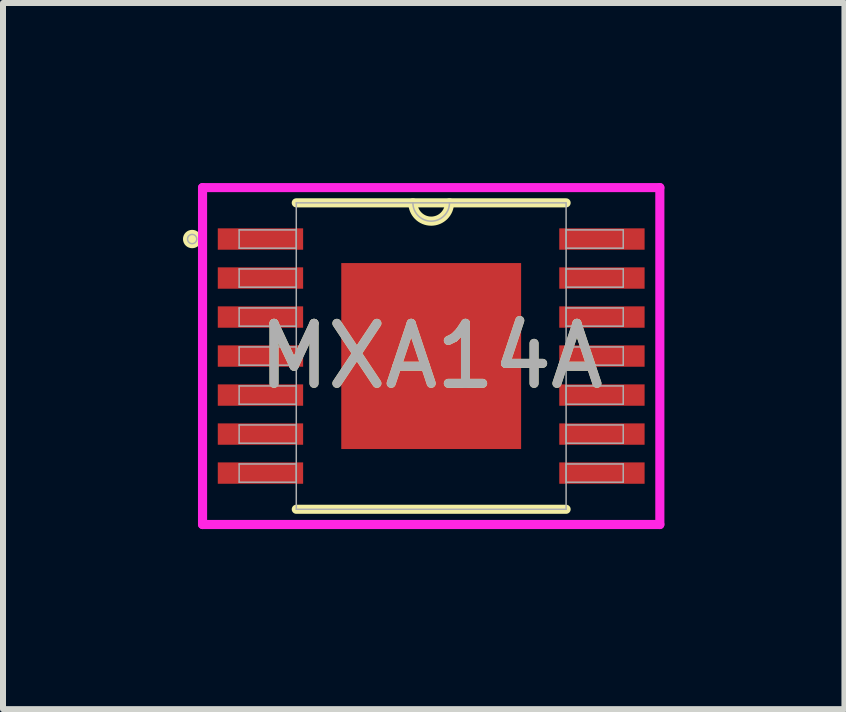
<source format=kicad_pcb>
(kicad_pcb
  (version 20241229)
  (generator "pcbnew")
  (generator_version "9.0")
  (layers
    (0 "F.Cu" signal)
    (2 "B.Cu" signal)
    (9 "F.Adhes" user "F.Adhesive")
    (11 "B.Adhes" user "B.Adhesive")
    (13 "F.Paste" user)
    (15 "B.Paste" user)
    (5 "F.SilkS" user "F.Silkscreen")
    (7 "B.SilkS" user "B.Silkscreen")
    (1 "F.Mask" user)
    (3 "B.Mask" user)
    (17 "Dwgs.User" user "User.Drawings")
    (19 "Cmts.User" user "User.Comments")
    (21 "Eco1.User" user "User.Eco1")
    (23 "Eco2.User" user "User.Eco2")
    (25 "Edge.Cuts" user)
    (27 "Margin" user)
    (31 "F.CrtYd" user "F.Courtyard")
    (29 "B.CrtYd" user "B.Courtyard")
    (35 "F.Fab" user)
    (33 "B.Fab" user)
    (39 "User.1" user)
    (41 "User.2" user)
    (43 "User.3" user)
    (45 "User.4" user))
  (footprint "MXA14A"
    (layer "F.Cu")
    (at 4.135 2.883)
    (property "Reference" "MXA14A" (at 0 0 0) (unlocked yes) (layer "F.SilkS") (effects (font (size 1 1) (thickness 0.15))))
    (attr smd)
    (fp_line (start -2.248 2.553) (end 2.248 2.553) (stroke (width 0.152) (type solid)) (layer "F.SilkS"))
    (fp_line (start 2.248 -2.553) (end -2.248 -2.553) (stroke (width 0.152) (type solid)) (layer "F.SilkS"))
    (fp_arc (start 0.3048 -2.5527) (mid 0 -2.2479) (end -0.3048 -2.5527) (stroke (width 0.1524) (type solid)) (layer "F.SilkS"))
    (fp_circle (center -3.983 -1.95) (end -3.906 -1.95) (stroke (width 0.152) (type solid)) (fill no) (layer "F.SilkS"))
    (fp_line (start -3.81 -2.807) (end 3.81 -2.807) (stroke (width 0.152) (type solid)) (layer "F.CrtYd"))
    (fp_line (start -3.81 2.807) (end -3.81 -2.807) (stroke (width 0.152) (type solid)) (layer "F.CrtYd"))
    (fp_line (start 3.81 -2.807) (end 3.81 2.807) (stroke (width 0.152) (type solid)) (layer "F.CrtYd"))
    (fp_line (start 3.81 2.807) (end -3.81 2.807) (stroke (width 0.152) (type solid)) (layer "F.CrtYd"))
    (fp_line (start -3.2 -2.102) (end -3.2 -1.798) (stroke (width 0.025) (type solid)) (layer "F.Fab"))
    (fp_line (start -3.2 -1.798) (end -2.248 -1.798) (stroke (width 0.025) (type solid)) (layer "F.Fab"))
    (fp_line (start -3.2 -1.452) (end -3.2 -1.148) (stroke (width 0.025) (type solid)) (layer "F.Fab"))
    (fp_line (start -3.2 -1.148) (end -2.248 -1.148) (stroke (width 0.025) (type solid)) (layer "F.Fab"))
    (fp_line (start -3.2 -0.802) (end -3.2 -0.498) (stroke (width 0.025) (type solid)) (layer "F.Fab"))
    (fp_line (start -3.2 -0.498) (end -2.248 -0.498) (stroke (width 0.025) (type solid)) (layer "F.Fab"))
    (fp_line (start -3.2 -0.152) (end -3.2 0.152) (stroke (width 0.025) (type solid)) (layer "F.Fab"))
    (fp_line (start -3.2 0.152) (end -2.248 0.152) (stroke (width 0.025) (type solid)) (layer "F.Fab"))
    (fp_line (start -3.2 0.498) (end -3.2 0.802) (stroke (width 0.025) (type solid)) (layer "F.Fab"))
    (fp_line (start -3.2 0.802) (end -2.248 0.802) (stroke (width 0.025) (type solid)) (layer "F.Fab"))
    (fp_line (start -3.2 1.148) (end -3.2 1.452) (stroke (width 0.025) (type solid)) (layer "F.Fab"))
    (fp_line (start -3.2 1.452) (end -2.248 1.452) (stroke (width 0.025) (type solid)) (layer "F.Fab"))
    (fp_line (start -3.2 1.798) (end -3.2 2.102) (stroke (width 0.025) (type solid)) (layer "F.Fab"))
    (fp_line (start -3.2 2.102) (end -2.248 2.102) (stroke (width 0.025) (type solid)) (layer "F.Fab"))
    (fp_line (start -2.248 -2.553) (end -2.248 2.553) (stroke (width 0.025) (type solid)) (layer "F.Fab"))
    (fp_line (start -2.248 -2.102) (end -3.2 -2.102) (stroke (width 0.025) (type solid)) (layer "F.Fab"))
    (fp_line (start -2.248 -1.798) (end -2.248 -2.102) (stroke (width 0.025) (type solid)) (layer "F.Fab"))
    (fp_line (start -2.248 -1.452) (end -3.2 -1.452) (stroke (width 0.025) (type solid)) (layer "F.Fab"))
    (fp_line (start -2.248 -1.148) (end -2.248 -1.452) (stroke (width 0.025) (type solid)) (layer "F.Fab"))
    (fp_line (start -2.248 -0.802) (end -3.2 -0.802) (stroke (width 0.025) (type solid)) (layer "F.Fab"))
    (fp_line (start -2.248 -0.498) (end -2.248 -0.802) (stroke (width 0.025) (type solid)) (layer "F.Fab"))
    (fp_line (start -2.248 -0.152) (end -3.2 -0.152) (stroke (width 0.025) (type solid)) (layer "F.Fab"))
    (fp_line (start -2.248 0.152) (end -2.248 -0.152) (stroke (width 0.025) (type solid)) (layer "F.Fab"))
    (fp_line (start -2.248 0.498) (end -3.2 0.498) (stroke (width 0.025) (type solid)) (layer "F.Fab"))
    (fp_line (start -2.248 0.802) (end -2.248 0.498) (stroke (width 0.025) (type solid)) (layer "F.Fab"))
    (fp_line (start -2.248 1.148) (end -3.2 1.148) (stroke (width 0.025) (type solid)) (layer "F.Fab"))
    (fp_line (start -2.248 1.452) (end -2.248 1.148) (stroke (width 0.025) (type solid)) (layer "F.Fab"))
    (fp_line (start -2.248 1.798) (end -3.2 1.798) (stroke (width 0.025) (type solid)) (layer "F.Fab"))
    (fp_line (start -2.248 2.102) (end -2.248 1.798) (stroke (width 0.025) (type solid)) (layer "F.Fab"))
    (fp_line (start -2.248 2.553) (end 2.248 2.553) (stroke (width 0.025) (type solid)) (layer "F.Fab"))
    (fp_line (start 2.248 -2.553) (end -2.248 -2.553) (stroke (width 0.025) (type solid)) (layer "F.Fab"))
    (fp_line (start 2.248 -2.102) (end 2.248 -1.798) (stroke (width 0.025) (type solid)) (layer "F.Fab"))
    (fp_line (start 2.248 -1.798) (end 3.2 -1.798) (stroke (width 0.025) (type solid)) (layer "F.Fab"))
    (fp_line (start 2.248 -1.452) (end 2.248 -1.148) (stroke (width 0.025) (type solid)) (layer "F.Fab"))
    (fp_line (start 2.248 -1.148) (end 3.2 -1.148) (stroke (width 0.025) (type solid)) (layer "F.Fab"))
    (fp_line (start 2.248 -0.802) (end 2.248 -0.498) (stroke (width 0.025) (type solid)) (layer "F.Fab"))
    (fp_line (start 2.248 -0.498) (end 3.2 -0.498) (stroke (width 0.025) (type solid)) (layer "F.Fab"))
    (fp_line (start 2.248 -0.152) (end 2.248 0.152) (stroke (width 0.025) (type solid)) (layer "F.Fab"))
    (fp_line (start 2.248 0.152) (end 3.2 0.152) (stroke (width 0.025) (type solid)) (layer "F.Fab"))
    (fp_line (start 2.248 0.498) (end 2.248 0.802) (stroke (width 0.025) (type solid)) (layer "F.Fab"))
    (fp_line (start 2.248 0.802) (end 3.2 0.802) (stroke (width 0.025) (type solid)) (layer "F.Fab"))
    (fp_line (start 2.248 1.148) (end 2.248 1.452) (stroke (width 0.025) (type solid)) (layer "F.Fab"))
    (fp_line (start 2.248 1.452) (end 3.2 1.452) (stroke (width 0.025) (type solid)) (layer "F.Fab"))
    (fp_line (start 2.248 1.798) (end 2.248 2.102) (stroke (width 0.025) (type solid)) (layer "F.Fab"))
    (fp_line (start 2.248 2.102) (end 3.2 2.102) (stroke (width 0.025) (type solid)) (layer "F.Fab"))
    (fp_line (start 2.248 2.553) (end 2.248 -2.553) (stroke (width 0.025) (type solid)) (layer "F.Fab"))
    (fp_line (start 3.2 -2.102) (end 2.248 -2.102) (stroke (width 0.025) (type solid)) (layer "F.Fab"))
    (fp_line (start 3.2 -1.798) (end 3.2 -2.102) (stroke (width 0.025) (type solid)) (layer "F.Fab"))
    (fp_line (start 3.2 -1.452) (end 2.248 -1.452) (stroke (width 0.025) (type solid)) (layer "F.Fab"))
    (fp_line (start 3.2 -1.148) (end 3.2 -1.452) (stroke (width 0.025) (type solid)) (layer "F.Fab"))
    (fp_line (start 3.2 -0.802) (end 2.248 -0.802) (stroke (width 0.025) (type solid)) (layer "F.Fab"))
    (fp_line (start 3.2 -0.498) (end 3.2 -0.802) (stroke (width 0.025) (type solid)) (layer "F.Fab"))
    (fp_line (start 3.2 -0.152) (end 2.248 -0.152) (stroke (width 0.025) (type solid)) (layer "F.Fab"))
    (fp_line (start 3.2 0.152) (end 3.2 -0.152) (stroke (width 0.025) (type solid)) (layer "F.Fab"))
    (fp_line (start 3.2 0.498) (end 2.248 0.498) (stroke (width 0.025) (type solid)) (layer "F.Fab"))
    (fp_line (start 3.2 0.802) (end 3.2 0.498) (stroke (width 0.025) (type solid)) (layer "F.Fab"))
    (fp_line (start 3.2 1.148) (end 2.248 1.148) (stroke (width 0.025) (type solid)) (layer "F.Fab"))
    (fp_line (start 3.2 1.452) (end 3.2 1.148) (stroke (width 0.025) (type solid)) (layer "F.Fab"))
    (fp_line (start 3.2 1.798) (end 2.248 1.798) (stroke (width 0.025) (type solid)) (layer "F.Fab"))
    (fp_line (start 3.2 2.102) (end 3.2 1.798) (stroke (width 0.025) (type solid)) (layer "F.Fab"))
    (fp_arc (start 0.3048 -2.5527) (mid 0 -2.2479) (end -0.3048 -2.5527) (stroke (width 0.0254) (type solid)) (layer "F.Fab"))
    (fp_circle (center -3.983 -1.95) (end -3.906 -1.95) (stroke (width 0.025) (type solid)) (fill no) (layer "F.Fab"))
    (fp_text user "${REFERENCE}" (at 0 0 0) (unlocked yes) (layer "F.Fab") (effects (font (size 1 1) (thickness 0.15))))
    (pad "1" smd rect (at -2.845 -1.95) (size 1.422 0.356) (layers "F.Cu" "F.Mask" "F.Paste"))
    (pad "2" smd rect (at -2.845 -1.3) (size 1.422 0.356) (layers "F.Cu" "F.Mask" "F.Paste"))
    (pad "3" smd rect (at -2.845 -0.65) (size 1.422 0.356) (layers "F.Cu" "F.Mask" "F.Paste"))
    (pad "4" smd rect (at -2.845 0) (size 1.422 0.356) (layers "F.Cu" "F.Mask" "F.Paste"))
    (pad "5" smd rect (at -2.845 0.65) (size 1.422 0.356) (layers "F.Cu" "F.Mask" "F.Paste"))
    (pad "6" smd rect (at -2.845 1.3) (size 1.422 0.356) (layers "F.Cu" "F.Mask" "F.Paste"))
    (pad "7" smd rect (at -2.845 1.95) (size 1.422 0.356) (layers "F.Cu" "F.Mask" "F.Paste"))
    (pad "8" smd rect (at 2.845 1.95) (size 1.422 0.356) (layers "F.Cu" "F.Mask" "F.Paste"))
    (pad "9" smd rect (at 2.845 1.3) (size 1.422 0.356) (layers "F.Cu" "F.Mask" "F.Paste"))
    (pad "10" smd rect (at 2.845 0.65) (size 1.422 0.356) (layers "F.Cu" "F.Mask" "F.Paste"))
    (pad "11" smd rect (at 2.845 0) (size 1.422 0.356) (layers "F.Cu" "F.Mask" "F.Paste"))
    (pad "12" smd rect (at 2.845 -0.65) (size 1.422 0.356) (layers "F.Cu" "F.Mask" "F.Paste"))
    (pad "13" smd rect (at 2.845 -1.3) (size 1.422 0.356) (layers "F.Cu" "F.Mask" "F.Paste"))
    (pad "14" smd rect (at 2.845 -1.95) (size 1.422 0.356) (layers "F.Cu" "F.Mask" "F.Paste"))
    (pad "15" smd rect (at 0 0) (size 2.997 3.099) (layers "F.Cu" "F.Mask" "F.Paste")))
  (gr_rect
    (start -3 -3)
    (end 11.021 8.766)
    (stroke (width 0.1) (type default))
    (fill no)
    (layer "Edge.Cuts")))
</source>
